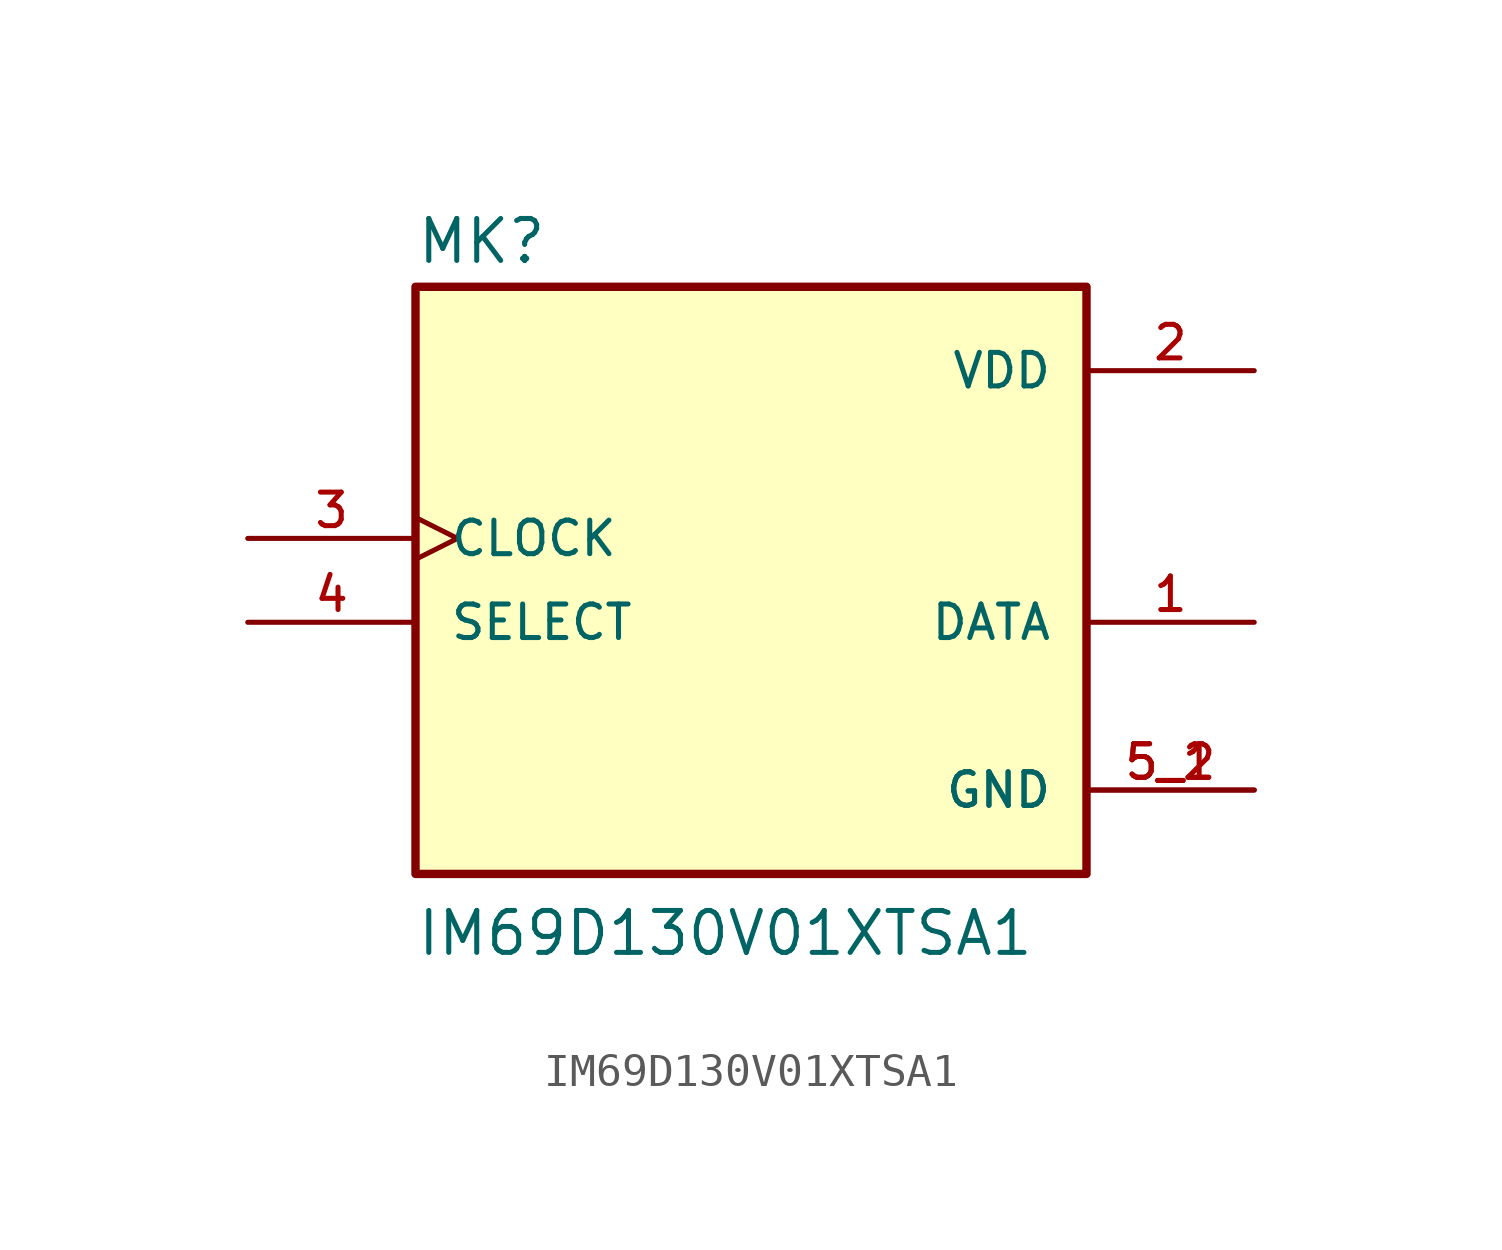
<source format=kicad_sym>
(kicad_symbol_lib
  (version 20211014)
  (generator kicad_symbol_editor)
  (symbol "IM69D130V01XTSA1"
    (pin_names
      (offset 1.016))
    (property "Reference" "MK"
      (at -10.16 10.795 0)
      (effects (font (size 1.27 1.27)) (justify bottom left)))
    (property "Value" "IM69D130V01XTSA1"
      (at -10.16 -10.16 0)
      (effects (font (size 1.27 1.27)) (justify bottom left)))
    (symbol "IM69D130V01XTSA1_0_0"
      (rectangle (start -10.16 -7.62) (end 10.16 10.16) (stroke (width 0.254)) (fill (type background)))
      (pin power_in line (at 15.24 7.62 180.0) (length 5.08) (name "VDD" (effects (font (size 1.016 1.016)))) (number "2" (effects (font (size 1.016 1.016)))))
      (pin output line (at 15.24 0.0 180.0) (length 5.08) (name "DATA" (effects (font (size 1.016 1.016)))) (number "1" (effects (font (size 1.016 1.016)))))
      (pin power_in line (at 15.24 -5.08 180.0) (length 5.08) (name "GND" (effects (font (size 1.016 1.016)))) (number "5_1" (effects (font (size 1.016 1.016)))))
      (pin power_in line (at 15.24 -5.08 180.0) (length 5.08) (name "GND" (effects (font (size 1.016 1.016)))) (number "5_2" (effects (font (size 1.016 1.016)))))
      (pin input clock (at -15.24 2.54 0) (length 5.08) (name "CLOCK" (effects (font (size 1.016 1.016)))) (number "3" (effects (font (size 1.016 1.016)))))
      (pin input line (at -15.24 0.0 0) (length 5.08) (name "SELECT" (effects (font (size 1.016 1.016)))) (number "4" (effects (font (size 1.016 1.016))))))))
</source>
